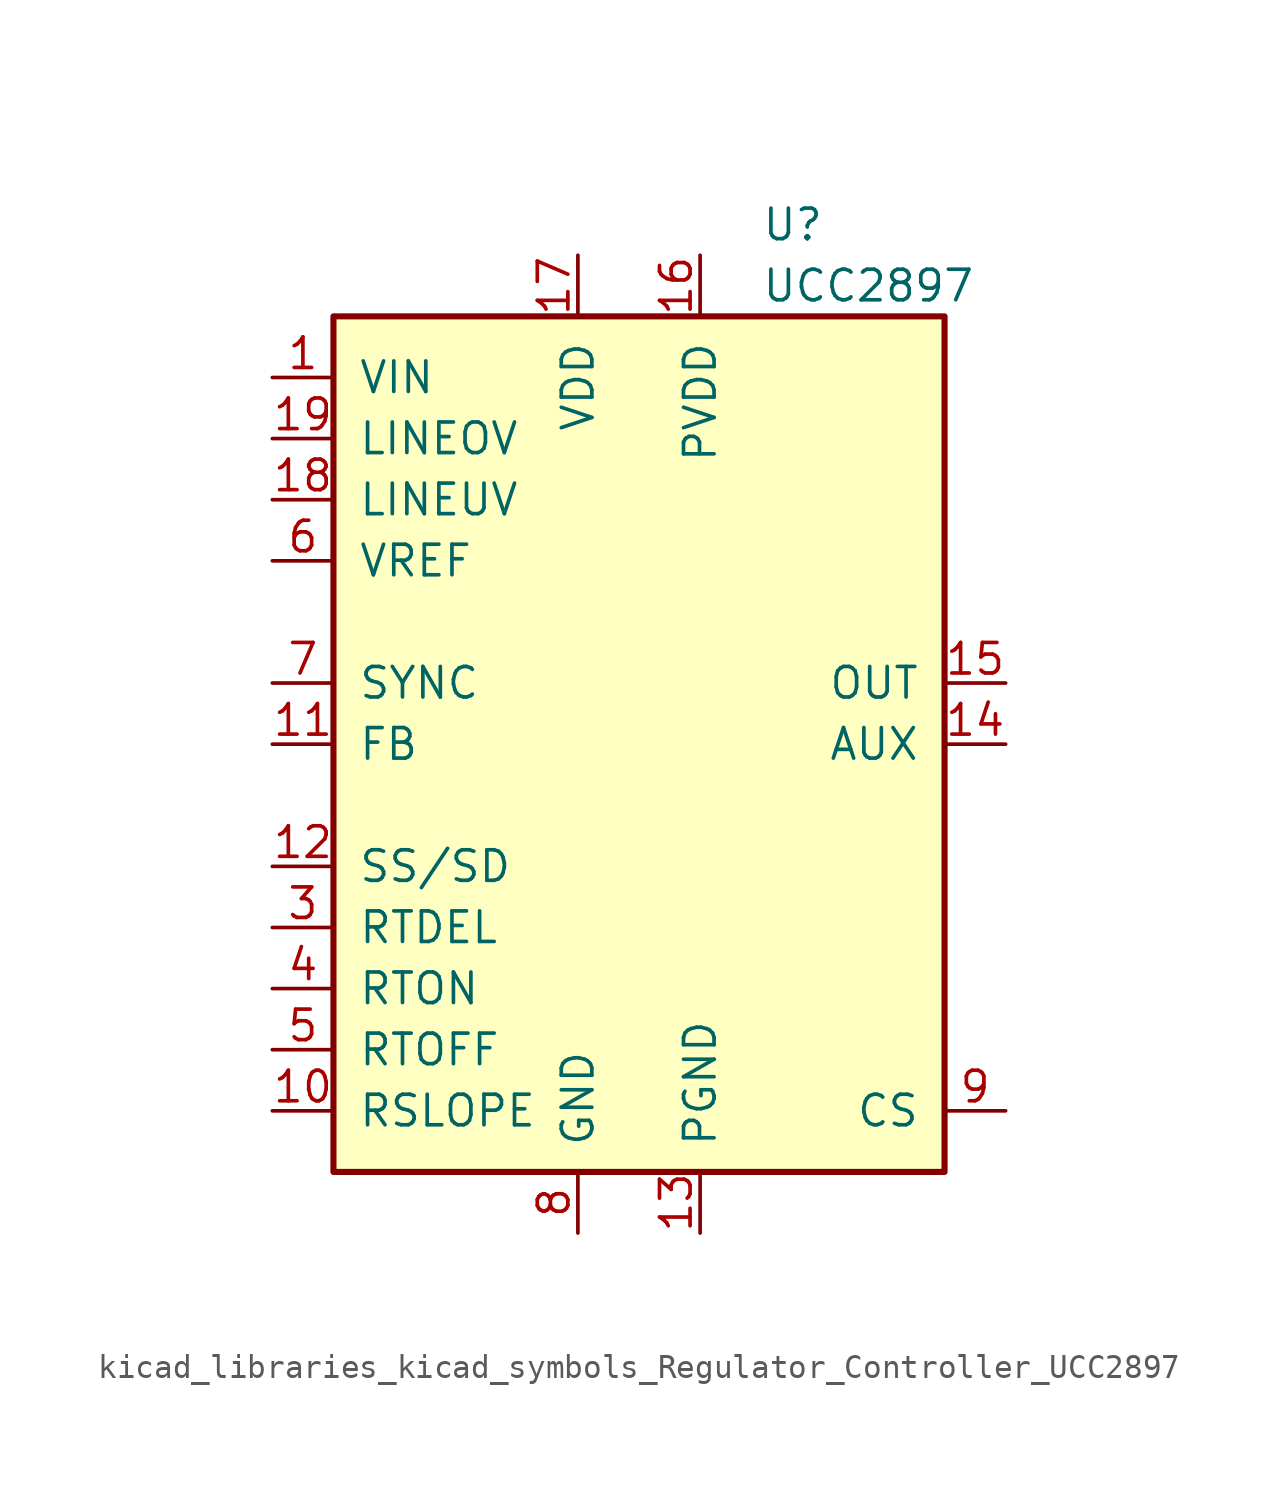
<source format=kicad_sym>
(kicad_symbol_lib
  (version 20220914)
  (generator kicad_symbol_editor)
  (symbol "kicad_libraries_kicad_symbols_Regulator_Controller_UCC2897"
    (pin_names
      (offset 1.016))
    (property "Reference" "U"
      (at 5.08 21.59 0)
      (effects (font (size 1.27 1.27)) (justify left)))
    (property "Value" "UCC2897"
      (at 5.08 19.05 0)
      (effects (font (size 1.27 1.27)) (justify left)))
    (symbol "kicad_libraries_kicad_symbols_Regulator_Controller_UCC2897_0_1"
      (rectangle (start -12.7 -17.78) (end 12.7 17.78) (stroke (width 0.254) (type default)) (fill (type background))))
    (symbol "kicad_libraries_kicad_symbols_Regulator_Controller_UCC2897_1_1"
      (pin input line (at -15.24 15.24 0) (length 2.54) (name "VIN" (effects (font (size 1.27 1.27)))) (number "1" (effects (font (size 1.27 1.27)))))
      (pin passive line (at -15.24 -15.24 0) (length 2.54) (name "RSLOPE" (effects (font (size 1.27 1.27)))) (number "10" (effects (font (size 1.27 1.27)))))
      (pin input line (at -15.24 0 0) (length 2.54) (name "FB" (effects (font (size 1.27 1.27)))) (number "11" (effects (font (size 1.27 1.27)))))
      (pin passive line (at -15.24 -5.08 0) (length 2.54) (name "SS/SD" (effects (font (size 1.27 1.27)))) (number "12" (effects (font (size 1.27 1.27)))))
      (pin power_in line (at 2.54 -20.32 90) (length 2.54) (name "PGND" (effects (font (size 1.27 1.27)))) (number "13" (effects (font (size 1.27 1.27)))))
      (pin output line (at 15.24 0 180) (length 2.54) (name "AUX" (effects (font (size 1.27 1.27)))) (number "14" (effects (font (size 1.27 1.27)))))
      (pin output line (at 15.24 2.54 180) (length 2.54) (name "OUT" (effects (font (size 1.27 1.27)))) (number "15" (effects (font (size 1.27 1.27)))))
      (pin power_in line (at 2.54 20.32 270) (length 2.54) (name "PVDD" (effects (font (size 1.27 1.27)))) (number "16" (effects (font (size 1.27 1.27)))))
      (pin power_in line (at -2.54 20.32 270) (length 2.54) (name "VDD" (effects (font (size 1.27 1.27)))) (number "17" (effects (font (size 1.27 1.27)))))
      (pin passive line (at -15.24 10.16 0) (length 2.54) (name "LINEUV" (effects (font (size 1.27 1.27)))) (number "18" (effects (font (size 1.27 1.27)))))
      (pin passive line (at -15.24 12.7 0) (length 2.54) (name "LINEOV" (effects (font (size 1.27 1.27)))) (number "19" (effects (font (size 1.27 1.27)))))
      (pin no_connect line (at 12.7 15.24 180) (length 2.54) hide (name "NC" (effects (font (size 1.27 1.27)))) (number "2" (effects (font (size 1.27 1.27)))))
      (pin no_connect line (at 12.7 12.7 180) (length 2.54) hide (name "NC" (effects (font (size 1.27 1.27)))) (number "20" (effects (font (size 1.27 1.27)))))
      (pin passive line (at -15.24 -7.62 0) (length 2.54) (name "RTDEL" (effects (font (size 1.27 1.27)))) (number "3" (effects (font (size 1.27 1.27)))))
      (pin passive line (at -15.24 -10.16 0) (length 2.54) (name "RTON" (effects (font (size 1.27 1.27)))) (number "4" (effects (font (size 1.27 1.27)))))
      (pin passive line (at -15.24 -12.7 0) (length 2.54) (name "RTOFF" (effects (font (size 1.27 1.27)))) (number "5" (effects (font (size 1.27 1.27)))))
      (pin output line (at -15.24 7.62 0) (length 2.54) (name "VREF" (effects (font (size 1.27 1.27)))) (number "6" (effects (font (size 1.27 1.27)))))
      (pin input line (at -15.24 2.54 0) (length 2.54) (name "SYNC" (effects (font (size 1.27 1.27)))) (number "7" (effects (font (size 1.27 1.27)))))
      (pin power_in line (at -2.54 -20.32 90) (length 2.54) (name "GND" (effects (font (size 1.27 1.27)))) (number "8" (effects (font (size 1.27 1.27)))))
      (pin input line (at 15.24 -15.24 180) (length 2.54) (name "CS" (effects (font (size 1.27 1.27)))) (number "9" (effects (font (size 1.27 1.27))))))))
</source>
